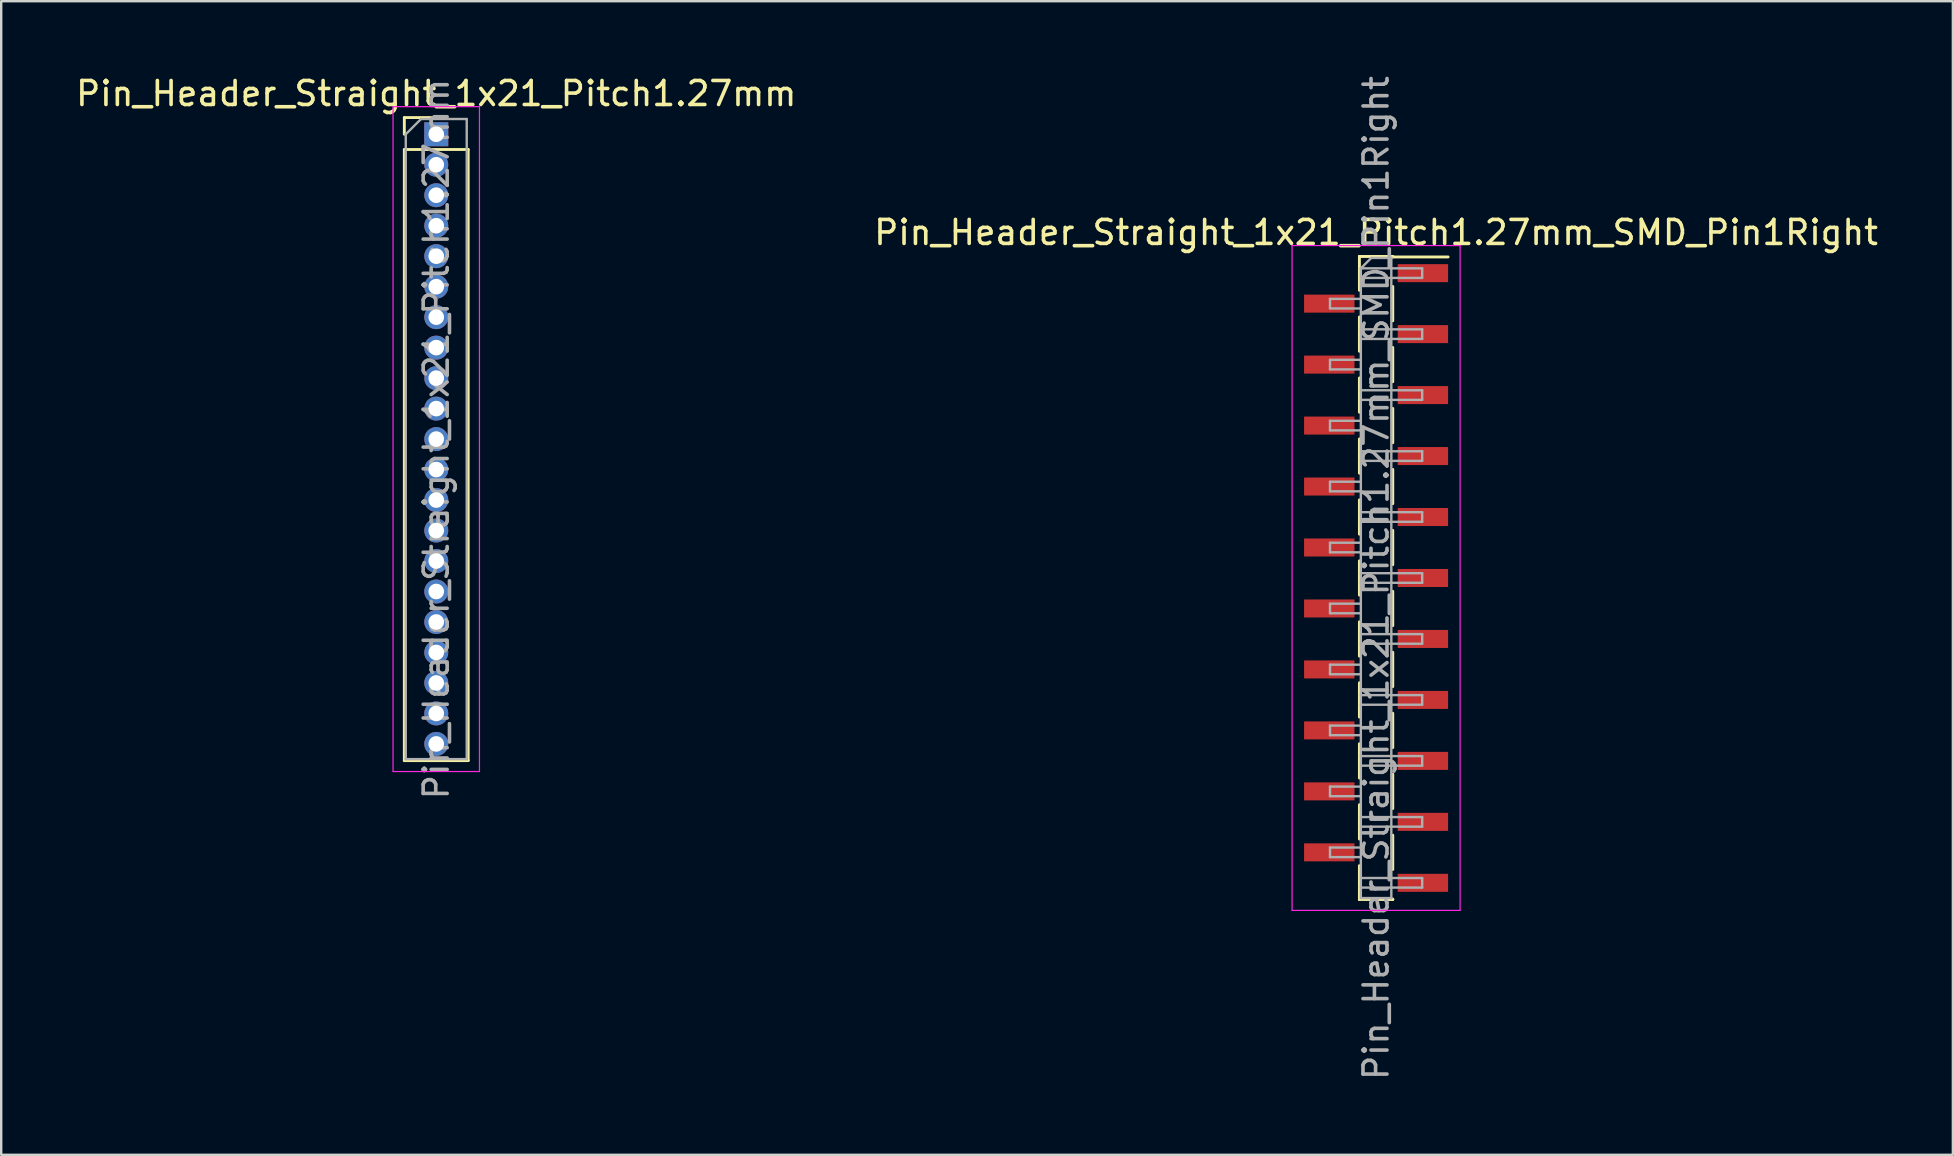
<source format=kicad_pcb>
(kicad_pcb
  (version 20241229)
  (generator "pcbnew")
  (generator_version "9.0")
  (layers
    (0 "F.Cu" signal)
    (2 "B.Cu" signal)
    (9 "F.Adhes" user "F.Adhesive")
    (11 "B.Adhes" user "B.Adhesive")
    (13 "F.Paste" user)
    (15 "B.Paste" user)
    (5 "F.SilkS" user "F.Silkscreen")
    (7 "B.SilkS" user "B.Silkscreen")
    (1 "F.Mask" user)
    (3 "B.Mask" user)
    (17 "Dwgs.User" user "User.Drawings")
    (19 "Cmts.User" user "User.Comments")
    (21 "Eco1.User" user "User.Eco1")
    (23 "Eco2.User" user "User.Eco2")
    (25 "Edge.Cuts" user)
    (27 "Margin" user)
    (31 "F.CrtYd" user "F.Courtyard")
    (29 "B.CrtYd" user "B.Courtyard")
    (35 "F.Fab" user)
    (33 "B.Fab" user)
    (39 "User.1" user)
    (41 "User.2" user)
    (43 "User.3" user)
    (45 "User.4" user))
  (footprint "Pin_Header_Straight_1x21_Pitch1.27mm"
    (layer "F.Cu")
    (at 15.125 2.543)
    (property "Reference" "Pin_Header_Straight_1x21_Pitch1.27mm" (at 0 -1.695 0) (layer "F.SilkS") (effects (font (size 1 1) (thickness 0.15))))
    (attr through_hole)
    (fp_line (start -1.33 -0.695) (end 0 -0.695) (stroke (width 0.12) (type solid)) (layer "F.SilkS"))
    (fp_line (start -1.33 0) (end -1.33 -0.695) (stroke (width 0.12) (type solid)) (layer "F.SilkS"))
    (fp_line (start -1.33 0.635) (end -1.33 26.095) (stroke (width 0.12) (type solid)) (layer "F.SilkS"))
    (fp_line (start -1.33 26.095) (end 1.33 26.095) (stroke (width 0.12) (type solid)) (layer "F.SilkS"))
    (fp_line (start 1.33 0.635) (end -1.33 0.635) (stroke (width 0.12) (type solid)) (layer "F.SilkS"))
    (fp_line (start 1.33 26.095) (end 1.33 0.635) (stroke (width 0.12) (type solid)) (layer "F.SilkS"))
    (fp_line (start -1.8 -1.15) (end -1.8 26.55) (stroke (width 0.05) (type solid)) (layer "F.CrtYd"))
    (fp_line (start -1.8 26.55) (end 1.8 26.55) (stroke (width 0.05) (type solid)) (layer "F.CrtYd"))
    (fp_line (start 1.8 -1.15) (end -1.8 -1.15) (stroke (width 0.05) (type solid)) (layer "F.CrtYd"))
    (fp_line (start 1.8 26.55) (end 1.8 -1.15) (stroke (width 0.05) (type solid)) (layer "F.CrtYd"))
    (fp_line (start -1.27 0) (end -0.635 -0.635) (stroke (width 0.1) (type solid)) (layer "F.Fab"))
    (fp_line (start -1.27 26.035) (end -1.27 0) (stroke (width 0.1) (type solid)) (layer "F.Fab"))
    (fp_line (start -0.635 -0.635) (end 1.27 -0.635) (stroke (width 0.1) (type solid)) (layer "F.Fab"))
    (fp_line (start 1.27 -0.635) (end 1.27 26.035) (stroke (width 0.1) (type solid)) (layer "F.Fab"))
    (fp_line (start 1.27 26.035) (end -1.27 26.035) (stroke (width 0.1) (type solid)) (layer "F.Fab"))
    (fp_text user "${REFERENCE}" (at 0 12.7 90) (layer "F.Fab") (effects (font (size 1 1) (thickness 0.15))))
    (pad "1" thru_hole rect (at 0 0) (size 1 1) (drill 0.65) (layers "*.Cu" "*.Mask"))
    (pad "2" thru_hole oval (at 0 1.27) (size 1 1) (drill 0.65) (layers "*.Cu" "*.Mask"))
    (pad "3" thru_hole oval (at 0 2.54) (size 1 1) (drill 0.65) (layers "*.Cu" "*.Mask"))
    (pad "4" thru_hole oval (at 0 3.81) (size 1 1) (drill 0.65) (layers "*.Cu" "*.Mask"))
    (pad "5" thru_hole oval (at 0 5.08) (size 1 1) (drill 0.65) (layers "*.Cu" "*.Mask"))
    (pad "6" thru_hole oval (at 0 6.35) (size 1 1) (drill 0.65) (layers "*.Cu" "*.Mask"))
    (pad "7" thru_hole oval (at 0 7.62) (size 1 1) (drill 0.65) (layers "*.Cu" "*.Mask"))
    (pad "8" thru_hole oval (at 0 8.89) (size 1 1) (drill 0.65) (layers "*.Cu" "*.Mask"))
    (pad "9" thru_hole oval (at 0 10.16) (size 1 1) (drill 0.65) (layers "*.Cu" "*.Mask"))
    (pad "10" thru_hole oval (at 0 11.43) (size 1 1) (drill 0.65) (layers "*.Cu" "*.Mask"))
    (pad "11" thru_hole oval (at 0 12.7) (size 1 1) (drill 0.65) (layers "*.Cu" "*.Mask"))
    (pad "12" thru_hole oval (at 0 13.97) (size 1 1) (drill 0.65) (layers "*.Cu" "*.Mask"))
    (pad "13" thru_hole oval (at 0 15.24) (size 1 1) (drill 0.65) (layers "*.Cu" "*.Mask"))
    (pad "14" thru_hole oval (at 0 16.51) (size 1 1) (drill 0.65) (layers "*.Cu" "*.Mask"))
    (pad "15" thru_hole oval (at 0 17.78) (size 1 1) (drill 0.65) (layers "*.Cu" "*.Mask"))
    (pad "16" thru_hole oval (at 0 19.05) (size 1 1) (drill 0.65) (layers "*.Cu" "*.Mask"))
    (pad "17" thru_hole oval (at 0 20.32) (size 1 1) (drill 0.65) (layers "*.Cu" "*.Mask"))
    (pad "18" thru_hole oval (at 0 21.59) (size 1 1) (drill 0.65) (layers "*.Cu" "*.Mask"))
    (pad "19" thru_hole oval (at 0 22.86) (size 1 1) (drill 0.65) (layers "*.Cu" "*.Mask"))
    (pad "20" thru_hole oval (at 0 24.13) (size 1 1) (drill 0.65) (layers "*.Cu" "*.Mask"))
    (pad "21" thru_hole oval (at 0 25.4) (size 1 1) (drill 0.65) (layers "*.Cu" "*.Mask")))
  (footprint "Pin_Header_Straight_1x21_Pitch1.27mm_SMD_Pin1Right"
    (layer "F.Cu")
    (at 54.28 21.03)
    (property "Reference" "Pin_Header_Straight_1x21_Pitch1.27mm_SMD_Pin1Right" (at 0 -14.395 0) (layer "F.SilkS") (effects (font (size 1 1) (thickness 0.15))))
    (attr smd)
    (fp_line (start -0.695 -13.395) (end -0.695 -11.985) (stroke (width 0.12) (type solid)) (layer "F.SilkS"))
    (fp_line (start -0.695 -13.395) (end 0.695 -13.395) (stroke (width 0.12) (type solid)) (layer "F.SilkS"))
    (fp_line (start -0.695 -13.375) (end -0.695 -13.395) (stroke (width 0.12) (type solid)) (layer "F.SilkS"))
    (fp_line (start -0.695 -10.875) (end -0.695 -9.445) (stroke (width 0.12) (type solid)) (layer "F.SilkS"))
    (fp_line (start -0.695 -8.335) (end -0.695 -6.905) (stroke (width 0.12) (type solid)) (layer "F.SilkS"))
    (fp_line (start -0.695 -5.795) (end -0.695 -4.365) (stroke (width 0.12) (type solid)) (layer "F.SilkS"))
    (fp_line (start -0.695 -3.255) (end -0.695 -1.825) (stroke (width 0.12) (type solid)) (layer "F.SilkS"))
    (fp_line (start -0.695 -0.715) (end -0.695 0.715) (stroke (width 0.12) (type solid)) (layer "F.SilkS"))
    (fp_line (start -0.695 1.825) (end -0.695 3.255) (stroke (width 0.12) (type solid)) (layer "F.SilkS"))
    (fp_line (start -0.695 4.365) (end -0.695 5.795) (stroke (width 0.12) (type solid)) (layer "F.SilkS"))
    (fp_line (start -0.695 6.905) (end -0.695 8.335) (stroke (width 0.12) (type solid)) (layer "F.SilkS"))
    (fp_line (start -0.695 9.445) (end -0.695 10.875) (stroke (width 0.12) (type solid)) (layer "F.SilkS"))
    (fp_line (start -0.695 11.985) (end -0.695 13.395) (stroke (width 0.12) (type solid)) (layer "F.SilkS"))
    (fp_line (start -0.695 13.375) (end -0.695 13.395) (stroke (width 0.12) (type solid)) (layer "F.SilkS"))
    (fp_line (start -0.695 13.395) (end 0.695 13.395) (stroke (width 0.12) (type solid)) (layer "F.SilkS"))
    (fp_line (start 0.695 -13.395) (end 0.695 -13.375) (stroke (width 0.12) (type solid)) (layer "F.SilkS"))
    (fp_line (start 0.695 -13.375) (end 3 -13.375) (stroke (width 0.12) (type solid)) (layer "F.SilkS"))
    (fp_line (start 0.695 -12.145) (end 0.695 -10.715) (stroke (width 0.12) (type solid)) (layer "F.SilkS"))
    (fp_line (start 0.695 -9.605) (end 0.695 -8.175) (stroke (width 0.12) (type solid)) (layer "F.SilkS"))
    (fp_line (start 0.695 -7.065) (end 0.695 -5.635) (stroke (width 0.12) (type solid)) (layer "F.SilkS"))
    (fp_line (start 0.695 -4.525) (end 0.695 -3.095) (stroke (width 0.12) (type solid)) (layer "F.SilkS"))
    (fp_line (start 0.695 -1.985) (end 0.695 -0.555) (stroke (width 0.12) (type solid)) (layer "F.SilkS"))
    (fp_line (start 0.695 0.555) (end 0.695 1.985) (stroke (width 0.12) (type solid)) (layer "F.SilkS"))
    (fp_line (start 0.695 3.095) (end 0.695 4.525) (stroke (width 0.12) (type solid)) (layer "F.SilkS"))
    (fp_line (start 0.695 5.635) (end 0.695 7.065) (stroke (width 0.12) (type solid)) (layer "F.SilkS"))
    (fp_line (start 0.695 8.175) (end 0.695 9.605) (stroke (width 0.12) (type solid)) (layer "F.SilkS"))
    (fp_line (start 0.695 10.715) (end 0.695 12.145) (stroke (width 0.12) (type solid)) (layer "F.SilkS"))
    (fp_line (start 0.695 13.395) (end 0.695 13.375) (stroke (width 0.12) (type solid)) (layer "F.SilkS"))
    (fp_line (start -3.5 -13.85) (end -3.5 13.85) (stroke (width 0.05) (type solid)) (layer "F.CrtYd"))
    (fp_line (start -3.5 13.85) (end 3.5 13.85) (stroke (width 0.05) (type solid)) (layer "F.CrtYd"))
    (fp_line (start 3.5 -13.85) (end -3.5 -13.85) (stroke (width 0.05) (type solid)) (layer "F.CrtYd"))
    (fp_line (start 3.5 13.85) (end 3.5 -13.85) (stroke (width 0.05) (type solid)) (layer "F.CrtYd"))
    (fp_line (start -1.92 -11.63) (end -1.92 -11.23) (stroke (width 0.1) (type solid)) (layer "F.Fab"))
    (fp_line (start -1.92 -11.23) (end -0.635 -11.23) (stroke (width 0.1) (type solid)) (layer "F.Fab"))
    (fp_line (start -1.92 -9.09) (end -1.92 -8.69) (stroke (width 0.1) (type solid)) (layer "F.Fab"))
    (fp_line (start -1.92 -8.69) (end -0.635 -8.69) (stroke (width 0.1) (type solid)) (layer "F.Fab"))
    (fp_line (start -1.92 -6.55) (end -1.92 -6.15) (stroke (width 0.1) (type solid)) (layer "F.Fab"))
    (fp_line (start -1.92 -6.15) (end -0.635 -6.15) (stroke (width 0.1) (type solid)) (layer "F.Fab"))
    (fp_line (start -1.92 -4.01) (end -1.92 -3.61) (stroke (width 0.1) (type solid)) (layer "F.Fab"))
    (fp_line (start -1.92 -3.61) (end -0.635 -3.61) (stroke (width 0.1) (type solid)) (layer "F.Fab"))
    (fp_line (start -1.92 -1.47) (end -1.92 -1.07) (stroke (width 0.1) (type solid)) (layer "F.Fab"))
    (fp_line (start -1.92 -1.07) (end -0.635 -1.07) (stroke (width 0.1) (type solid)) (layer "F.Fab"))
    (fp_line (start -1.92 1.07) (end -1.92 1.47) (stroke (width 0.1) (type solid)) (layer "F.Fab"))
    (fp_line (start -1.92 1.47) (end -0.635 1.47) (stroke (width 0.1) (type solid)) (layer "F.Fab"))
    (fp_line (start -1.92 3.61) (end -1.92 4.01) (stroke (width 0.1) (type solid)) (layer "F.Fab"))
    (fp_line (start -1.92 4.01) (end -0.635 4.01) (stroke (width 0.1) (type solid)) (layer "F.Fab"))
    (fp_line (start -1.92 6.15) (end -1.92 6.55) (stroke (width 0.1) (type solid)) (layer "F.Fab"))
    (fp_line (start -1.92 6.55) (end -0.635 6.55) (stroke (width 0.1) (type solid)) (layer "F.Fab"))
    (fp_line (start -1.92 8.69) (end -1.92 9.09) (stroke (width 0.1) (type solid)) (layer "F.Fab"))
    (fp_line (start -1.92 9.09) (end -0.635 9.09) (stroke (width 0.1) (type solid)) (layer "F.Fab"))
    (fp_line (start -1.92 11.23) (end -1.92 11.63) (stroke (width 0.1) (type solid)) (layer "F.Fab"))
    (fp_line (start -1.92 11.63) (end -0.635 11.63) (stroke (width 0.1) (type solid)) (layer "F.Fab"))
    (fp_line (start -0.635 -12.9) (end -0.2 -13.335) (stroke (width 0.1) (type solid)) (layer "F.Fab"))
    (fp_line (start -0.635 -12.9) (end 1.92 -12.9) (stroke (width 0.1) (type solid)) (layer "F.Fab"))
    (fp_line (start -0.635 -11.63) (end -1.92 -11.63) (stroke (width 0.1) (type solid)) (layer "F.Fab"))
    (fp_line (start -0.635 -10.36) (end 1.92 -10.36) (stroke (width 0.1) (type solid)) (layer "F.Fab"))
    (fp_line (start -0.635 -9.09) (end -1.92 -9.09) (stroke (width 0.1) (type solid)) (layer "F.Fab"))
    (fp_line (start -0.635 -7.82) (end 1.92 -7.82) (stroke (width 0.1) (type solid)) (layer "F.Fab"))
    (fp_line (start -0.635 -6.55) (end -1.92 -6.55) (stroke (width 0.1) (type solid)) (layer "F.Fab"))
    (fp_line (start -0.635 -5.28) (end 1.92 -5.28) (stroke (width 0.1) (type solid)) (layer "F.Fab"))
    (fp_line (start -0.635 -4.01) (end -1.92 -4.01) (stroke (width 0.1) (type solid)) (layer "F.Fab"))
    (fp_line (start -0.635 -2.74) (end 1.92 -2.74) (stroke (width 0.1) (type solid)) (layer "F.Fab"))
    (fp_line (start -0.635 -1.47) (end -1.92 -1.47) (stroke (width 0.1) (type solid)) (layer "F.Fab"))
    (fp_line (start -0.635 -0.2) (end 1.92 -0.2) (stroke (width 0.1) (type solid)) (layer "F.Fab"))
    (fp_line (start -0.635 1.07) (end -1.92 1.07) (stroke (width 0.1) (type solid)) (layer "F.Fab"))
    (fp_line (start -0.635 2.34) (end 1.92 2.34) (stroke (width 0.1) (type solid)) (layer "F.Fab"))
    (fp_line (start -0.635 3.61) (end -1.92 3.61) (stroke (width 0.1) (type solid)) (layer "F.Fab"))
    (fp_line (start -0.635 4.88) (end 1.92 4.88) (stroke (width 0.1) (type solid)) (layer "F.Fab"))
    (fp_line (start -0.635 6.15) (end -1.92 6.15) (stroke (width 0.1) (type solid)) (layer "F.Fab"))
    (fp_line (start -0.635 7.42) (end 1.92 7.42) (stroke (width 0.1) (type solid)) (layer "F.Fab"))
    (fp_line (start -0.635 8.69) (end -1.92 8.69) (stroke (width 0.1) (type solid)) (layer "F.Fab"))
    (fp_line (start -0.635 9.96) (end 1.92 9.96) (stroke (width 0.1) (type solid)) (layer "F.Fab"))
    (fp_line (start -0.635 11.23) (end -1.92 11.23) (stroke (width 0.1) (type solid)) (layer "F.Fab"))
    (fp_line (start -0.635 12.5) (end 1.92 12.5) (stroke (width 0.1) (type solid)) (layer "F.Fab"))
    (fp_line (start -0.635 13.335) (end -0.635 -12.9) (stroke (width 0.1) (type solid)) (layer "F.Fab"))
    (fp_line (start -0.2 -13.335) (end 0.635 -13.335) (stroke (width 0.1) (type solid)) (layer "F.Fab"))
    (fp_line (start 0.635 -13.335) (end 0.635 13.335) (stroke (width 0.1) (type solid)) (layer "F.Fab"))
    (fp_line (start 0.635 13.335) (end -0.635 13.335) (stroke (width 0.1) (type solid)) (layer "F.Fab"))
    (fp_line (start 1.92 -12.9) (end 1.92 -12.5) (stroke (width 0.1) (type solid)) (layer "F.Fab"))
    (fp_line (start 1.92 -12.5) (end -0.635 -12.5) (stroke (width 0.1) (type solid)) (layer "F.Fab"))
    (fp_line (start 1.92 -10.36) (end 1.92 -9.96) (stroke (width 0.1) (type solid)) (layer "F.Fab"))
    (fp_line (start 1.92 -9.96) (end -0.635 -9.96) (stroke (width 0.1) (type solid)) (layer "F.Fab"))
    (fp_line (start 1.92 -7.82) (end 1.92 -7.42) (stroke (width 0.1) (type solid)) (layer "F.Fab"))
    (fp_line (start 1.92 -7.42) (end -0.635 -7.42) (stroke (width 0.1) (type solid)) (layer "F.Fab"))
    (fp_line (start 1.92 -5.28) (end 1.92 -4.88) (stroke (width 0.1) (type solid)) (layer "F.Fab"))
    (fp_line (start 1.92 -4.88) (end -0.635 -4.88) (stroke (width 0.1) (type solid)) (layer "F.Fab"))
    (fp_line (start 1.92 -2.74) (end 1.92 -2.34) (stroke (width 0.1) (type solid)) (layer "F.Fab"))
    (fp_line (start 1.92 -2.34) (end -0.635 -2.34) (stroke (width 0.1) (type solid)) (layer "F.Fab"))
    (fp_line (start 1.92 -0.2) (end 1.92 0.2) (stroke (width 0.1) (type solid)) (layer "F.Fab"))
    (fp_line (start 1.92 0.2) (end -0.635 0.2) (stroke (width 0.1) (type solid)) (layer "F.Fab"))
    (fp_line (start 1.92 2.34) (end 1.92 2.74) (stroke (width 0.1) (type solid)) (layer "F.Fab"))
    (fp_line (start 1.92 2.74) (end -0.635 2.74) (stroke (width 0.1) (type solid)) (layer "F.Fab"))
    (fp_line (start 1.92 4.88) (end 1.92 5.28) (stroke (width 0.1) (type solid)) (layer "F.Fab"))
    (fp_line (start 1.92 5.28) (end -0.635 5.28) (stroke (width 0.1) (type solid)) (layer "F.Fab"))
    (fp_line (start 1.92 7.42) (end 1.92 7.82) (stroke (width 0.1) (type solid)) (layer "F.Fab"))
    (fp_line (start 1.92 7.82) (end -0.635 7.82) (stroke (width 0.1) (type solid)) (layer "F.Fab"))
    (fp_line (start 1.92 9.96) (end 1.92 10.36) (stroke (width 0.1) (type solid)) (layer "F.Fab"))
    (fp_line (start 1.92 10.36) (end -0.635 10.36) (stroke (width 0.1) (type solid)) (layer "F.Fab"))
    (fp_line (start 1.92 12.5) (end 1.92 12.9) (stroke (width 0.1) (type solid)) (layer "F.Fab"))
    (fp_line (start 1.92 12.9) (end -0.635 12.9) (stroke (width 0.1) (type solid)) (layer "F.Fab"))
    (fp_text user "${REFERENCE}" (at 0 0 90) (layer "F.Fab") (effects (font (size 1 1) (thickness 0.15))))
    (pad "1" smd rect (at 1.95 -12.7) (size 2.1 0.75) (layers "F.Cu" "F.Mask" "F.Paste"))
    (pad "2" smd rect (at -1.95 -11.43) (size 2.1 0.75) (layers "F.Cu" "F.Mask" "F.Paste"))
    (pad "3" smd rect (at 1.95 -10.16) (size 2.1 0.75) (layers "F.Cu" "F.Mask" "F.Paste"))
    (pad "4" smd rect (at -1.95 -8.89) (size 2.1 0.75) (layers "F.Cu" "F.Mask" "F.Paste"))
    (pad "5" smd rect (at 1.95 -7.62) (size 2.1 0.75) (layers "F.Cu" "F.Mask" "F.Paste"))
    (pad "6" smd rect (at -1.95 -6.35) (size 2.1 0.75) (layers "F.Cu" "F.Mask" "F.Paste"))
    (pad "7" smd rect (at 1.95 -5.08) (size 2.1 0.75) (layers "F.Cu" "F.Mask" "F.Paste"))
    (pad "8" smd rect (at -1.95 -3.81) (size 2.1 0.75) (layers "F.Cu" "F.Mask" "F.Paste"))
    (pad "9" smd rect (at 1.95 -2.54) (size 2.1 0.75) (layers "F.Cu" "F.Mask" "F.Paste"))
    (pad "10" smd rect (at -1.95 -1.27) (size 2.1 0.75) (layers "F.Cu" "F.Mask" "F.Paste"))
    (pad "11" smd rect (at 1.95 0) (size 2.1 0.75) (layers "F.Cu" "F.Mask" "F.Paste"))
    (pad "12" smd rect (at -1.95 1.27) (size 2.1 0.75) (layers "F.Cu" "F.Mask" "F.Paste"))
    (pad "13" smd rect (at 1.95 2.54) (size 2.1 0.75) (layers "F.Cu" "F.Mask" "F.Paste"))
    (pad "14" smd rect (at -1.95 3.81) (size 2.1 0.75) (layers "F.Cu" "F.Mask" "F.Paste"))
    (pad "15" smd rect (at 1.95 5.08) (size 2.1 0.75) (layers "F.Cu" "F.Mask" "F.Paste"))
    (pad "16" smd rect (at -1.95 6.35) (size 2.1 0.75) (layers "F.Cu" "F.Mask" "F.Paste"))
    (pad "17" smd rect (at 1.95 7.62) (size 2.1 0.75) (layers "F.Cu" "F.Mask" "F.Paste"))
    (pad "18" smd rect (at -1.95 8.89) (size 2.1 0.75) (layers "F.Cu" "F.Mask" "F.Paste"))
    (pad "19" smd rect (at 1.95 10.16) (size 2.1 0.75) (layers "F.Cu" "F.Mask" "F.Paste"))
    (pad "20" smd rect (at -1.95 11.43) (size 2.1 0.75) (layers "F.Cu" "F.Mask" "F.Paste"))
    (pad "21" smd rect (at 1.95 12.7) (size 2.1 0.75) (layers "F.Cu" "F.Mask" "F.Paste")))
  (gr_rect
    (start -3 -3)
    (end 78.31 45.06)
    (stroke (width 0.1) (type default))
    (fill no)
    (layer "Edge.Cuts")))
</source>
